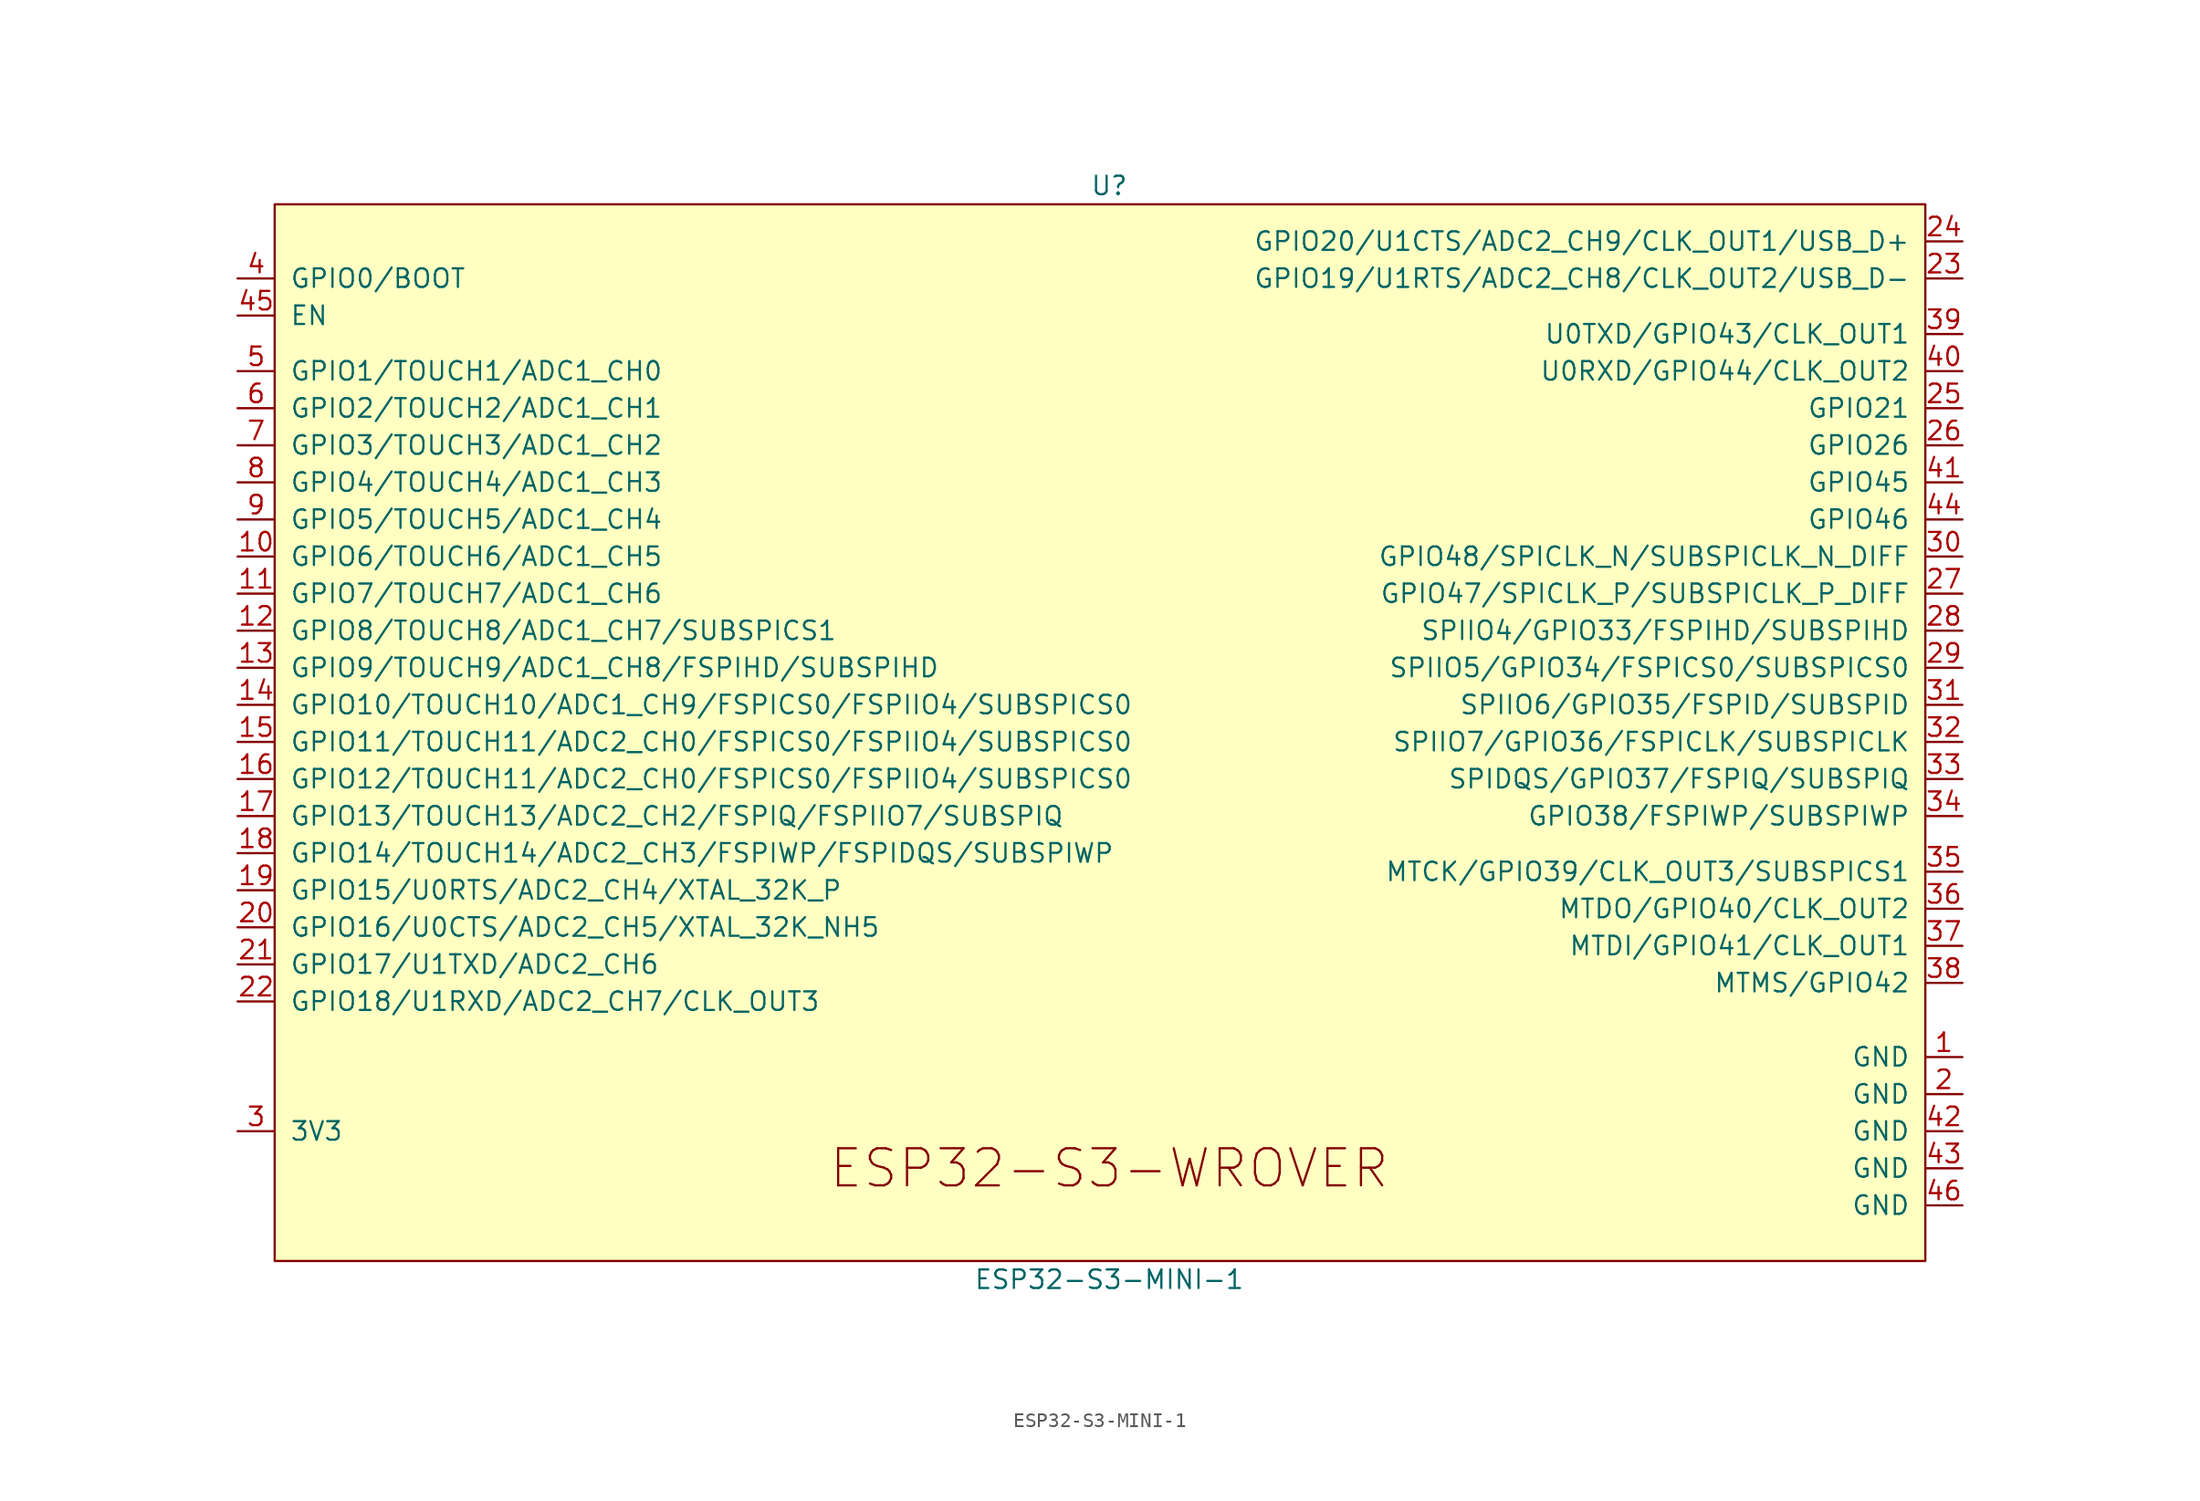
<source format=kicad_sym>
(kicad_symbol_lib
  (version 20211014)
  (generator kicad_symbol_editor)
  (symbol "ESP32-S3-MINI-1"
    (pin_names
      (offset 1.016))
    (property "Reference" "U"
      (at 0 35.56 0)
      (effects (font (size 1.27 1.27))))
    (property "Value" "ESP32-S3-MINI-1"
      (at 0 -39.37 0)
      (effects (font (size 1.27 1.27))))
    (symbol "ESP32-S3-MINI-1_0_0"
      (rectangle (start -57.15 34.29) (end 55.88 -38.1) (stroke (width 0) (type default) (color 0 0 0 0)) (fill (type background)))
      (text "ESP32-S3-WROVER" (at 0 -31.75 0) (effects (font (size 2.54 2.54))))
      (pin power_in line (at 58.42 -24.13 180) (length 2.54) (name "GND" (effects (font (size 1.27 1.27)))) (number "1" (effects (font (size 1.27 1.27)))))
      (pin bidirectional line (at -59.69 10.16 0) (length 2.54) (name "GPIO6/TOUCH6/ADC1_CH5" (effects (font (size 1.27 1.27)))) (number "10" (effects (font (size 1.27 1.27)))))
      (pin bidirectional line (at -59.69 7.62 0) (length 2.54) (name "GPIO7/TOUCH7/ADC1_CH6" (effects (font (size 1.27 1.27)))) (number "11" (effects (font (size 1.27 1.27)))))
      (pin bidirectional line (at -59.69 5.08 0) (length 2.54) (name "GPIO8/TOUCH8/ADC1_CH7/SUBSPICS1" (effects (font (size 1.27 1.27)))) (number "12" (effects (font (size 1.27 1.27)))))
      (pin bidirectional line (at -59.69 2.54 0) (length 2.54) (name "GPIO9/TOUCH9/ADC1_CH8/FSPIHD/SUBSPIHD" (effects (font (size 1.27 1.27)))) (number "13" (effects (font (size 1.27 1.27)))))
      (pin bidirectional line (at -59.69 0 0) (length 2.54) (name "GPIO10/TOUCH10/ADC1_CH9/FSPICS0/FSPIIO4/SUBSPICS0" (effects (font (size 1.27 1.27)))) (number "14" (effects (font (size 1.27 1.27)))))
      (pin bidirectional line (at -59.69 -2.54 0) (length 2.54) (name "GPIO11/TOUCH11/ADC2_CH0/FSPICS0/FSPIIO4/SUBSPICS0" (effects (font (size 1.27 1.27)))) (number "15" (effects (font (size 1.27 1.27)))))
      (pin bidirectional line (at -59.69 -5.08 0) (length 2.54) (name "GPIO12/TOUCH11/ADC2_CH0/FSPICS0/FSPIIO4/SUBSPICS0" (effects (font (size 1.27 1.27)))) (number "16" (effects (font (size 1.27 1.27)))))
      (pin bidirectional line (at -59.69 -7.62 0) (length 2.54) (name "GPIO13/TOUCH13/ADC2_CH2/FSPIQ/FSPIIO7/SUBSPIQ" (effects (font (size 1.27 1.27)))) (number "17" (effects (font (size 1.27 1.27)))))
      (pin bidirectional line (at -59.69 -10.16 0) (length 2.54) (name "GPIO14/TOUCH14/ADC2_CH3/FSPIWP/FSPIDQS/SUBSPIWP" (effects (font (size 1.27 1.27)))) (number "18" (effects (font (size 1.27 1.27)))))
      (pin bidirectional line (at -59.69 -12.7 0) (length 2.54) (name "GPIO15/U0RTS/ADC2_CH4/XTAL_32K_P" (effects (font (size 1.27 1.27)))) (number "19" (effects (font (size 1.27 1.27)))))
      (pin power_in line (at 58.42 -26.67 180) (length 2.54) (name "GND" (effects (font (size 1.27 1.27)))) (number "2" (effects (font (size 1.27 1.27)))))
      (pin bidirectional line (at -59.69 -15.24 0) (length 2.54) (name "GPIO16/U0CTS/ADC2_CH5/XTAL_32K_NH5" (effects (font (size 1.27 1.27)))) (number "20" (effects (font (size 1.27 1.27)))))
      (pin bidirectional line (at -59.69 -17.78 0) (length 2.54) (name "GPIO17/U1TXD/ADC2_CH6" (effects (font (size 1.27 1.27)))) (number "21" (effects (font (size 1.27 1.27)))))
      (pin bidirectional line (at -59.69 -20.32 0) (length 2.54) (name "GPIO18/U1RXD/ADC2_CH7/CLK_OUT3" (effects (font (size 1.27 1.27)))) (number "22" (effects (font (size 1.27 1.27)))))
      (pin bidirectional line (at 58.42 29.21 180) (length 2.54) (name "GPIO19/U1RTS/ADC2_CH8/CLK_OUT2/USB_D-" (effects (font (size 1.27 1.27)))) (number "23" (effects (font (size 1.27 1.27)))))
      (pin bidirectional line (at 58.42 31.75 180) (length 2.54) (name "GPIO20/U1CTS/ADC2_CH9/CLK_OUT1/USB_D+" (effects (font (size 1.27 1.27)))) (number "24" (effects (font (size 1.27 1.27)))))
      (pin bidirectional line (at 58.42 20.32 180) (length 2.54) (name "GPIO21" (effects (font (size 1.27 1.27)))) (number "25" (effects (font (size 1.27 1.27)))))
      (pin bidirectional line (at 58.42 17.78 180) (length 2.54) (name "GPIO26" (effects (font (size 1.27 1.27)))) (number "26" (effects (font (size 1.27 1.27)))))
      (pin bidirectional line (at 58.42 7.62 180) (length 2.54) (name "GPIO47/SPICLK_P/SUBSPICLK_P_DIFF" (effects (font (size 1.27 1.27)))) (number "27" (effects (font (size 1.27 1.27)))))
      (pin bidirectional line (at 58.42 5.08 180) (length 2.54) (name "SPIIO4/GPIO33/FSPIHD/SUBSPIHD" (effects (font (size 1.27 1.27)))) (number "28" (effects (font (size 1.27 1.27)))))
      (pin bidirectional line (at 58.42 2.54 180) (length 2.54) (name "SPIIO5/GPIO34/FSPICS0/SUBSPICS0" (effects (font (size 1.27 1.27)))) (number "29" (effects (font (size 1.27 1.27)))))
      (pin power_in line (at -59.69 -29.21 0) (length 2.54) (name "3V3" (effects (font (size 1.27 1.27)))) (number "3" (effects (font (size 1.27 1.27)))))
      (pin bidirectional line (at 58.42 10.16 180) (length 2.54) (name "GPIO48/SPICLK_N/SUBSPICLK_N_DIFF" (effects (font (size 1.27 1.27)))) (number "30" (effects (font (size 1.27 1.27)))))
      (pin bidirectional line (at 58.42 0 180) (length 2.54) (name "SPIIO6/GPIO35/FSPID/SUBSPID" (effects (font (size 1.27 1.27)))) (number "31" (effects (font (size 1.27 1.27)))))
      (pin bidirectional line (at 58.42 -2.54 180) (length 2.54) (name "SPIIO7/GPIO36/FSPICLK/SUBSPICLK" (effects (font (size 1.27 1.27)))) (number "32" (effects (font (size 1.27 1.27)))))
      (pin bidirectional line (at 58.42 -5.08 180) (length 2.54) (name "SPIDQS/GPIO37/FSPIQ/SUBSPIQ" (effects (font (size 1.27 1.27)))) (number "33" (effects (font (size 1.27 1.27)))))
      (pin bidirectional line (at 58.42 -7.62 180) (length 2.54) (name "GPIO38/FSPIWP/SUBSPIWP" (effects (font (size 1.27 1.27)))) (number "34" (effects (font (size 1.27 1.27)))))
      (pin bidirectional line (at 58.42 -11.43 180) (length 2.54) (name "MTCK/GPIO39/CLK_OUT3/SUBSPICS1" (effects (font (size 1.27 1.27)))) (number "35" (effects (font (size 1.27 1.27)))))
      (pin bidirectional line (at 58.42 -13.97 180) (length 2.54) (name "MTDO/GPIO40/CLK_OUT2" (effects (font (size 1.27 1.27)))) (number "36" (effects (font (size 1.27 1.27)))))
      (pin bidirectional line (at 58.42 -16.51 180) (length 2.54) (name "MTDI/GPIO41/CLK_OUT1" (effects (font (size 1.27 1.27)))) (number "37" (effects (font (size 1.27 1.27)))))
      (pin bidirectional line (at 58.42 -19.05 180) (length 2.54) (name "MTMS/GPIO42" (effects (font (size 1.27 1.27)))) (number "38" (effects (font (size 1.27 1.27)))))
      (pin bidirectional line (at 58.42 25.4 180) (length 2.54) (name "U0TXD/GPIO43/CLK_OUT1" (effects (font (size 1.27 1.27)))) (number "39" (effects (font (size 1.27 1.27)))))
      (pin bidirectional line (at -59.69 29.21 0) (length 2.54) (name "GPIO0/BOOT" (effects (font (size 1.27 1.27)))) (number "4" (effects (font (size 1.27 1.27)))))
      (pin bidirectional line (at 58.42 22.86 180) (length 2.54) (name "U0RXD/GPIO44/CLK_OUT2" (effects (font (size 1.27 1.27)))) (number "40" (effects (font (size 1.27 1.27)))))
      (pin bidirectional line (at 58.42 15.24 180) (length 2.54) (name "GPIO45" (effects (font (size 1.27 1.27)))) (number "41" (effects (font (size 1.27 1.27)))))
      (pin power_in line (at 58.42 -29.21 180) (length 2.54) (name "GND" (effects (font (size 1.27 1.27)))) (number "42" (effects (font (size 1.27 1.27)))))
      (pin power_in line (at 58.42 -31.75 180) (length 2.54) (name "GND" (effects (font (size 1.27 1.27)))) (number "43" (effects (font (size 1.27 1.27)))))
      (pin bidirectional line (at 58.42 12.7 180) (length 2.54) (name "GPIO46" (effects (font (size 1.27 1.27)))) (number "44" (effects (font (size 1.27 1.27)))))
      (pin input line (at -59.69 26.67 0) (length 2.54) (name "EN" (effects (font (size 1.27 1.27)))) (number "45" (effects (font (size 1.27 1.27)))))
      (pin power_in line (at 58.42 -34.29 180) (length 2.54) (name "GND" (effects (font (size 1.27 1.27)))) (number "46" (effects (font (size 1.27 1.27)))))
      (pin bidirectional line (at -59.69 22.86 0) (length 2.54) (name "GPIO1/TOUCH1/ADC1_CH0" (effects (font (size 1.27 1.27)))) (number "5" (effects (font (size 1.27 1.27)))))
      (pin bidirectional line (at -59.69 20.32 0) (length 2.54) (name "GPIO2/TOUCH2/ADC1_CH1" (effects (font (size 1.27 1.27)))) (number "6" (effects (font (size 1.27 1.27)))))
      (pin bidirectional line (at -59.69 17.78 0) (length 2.54) (name "GPIO3/TOUCH3/ADC1_CH2" (effects (font (size 1.27 1.27)))) (number "7" (effects (font (size 1.27 1.27)))))
      (pin bidirectional line (at -59.69 15.24 0) (length 2.54) (name "GPIO4/TOUCH4/ADC1_CH3" (effects (font (size 1.27 1.27)))) (number "8" (effects (font (size 1.27 1.27)))))
      (pin bidirectional line (at -59.69 12.7 0) (length 2.54) (name "GPIO5/TOUCH5/ADC1_CH4" (effects (font (size 1.27 1.27)))) (number "9" (effects (font (size 1.27 1.27))))))))
</source>
